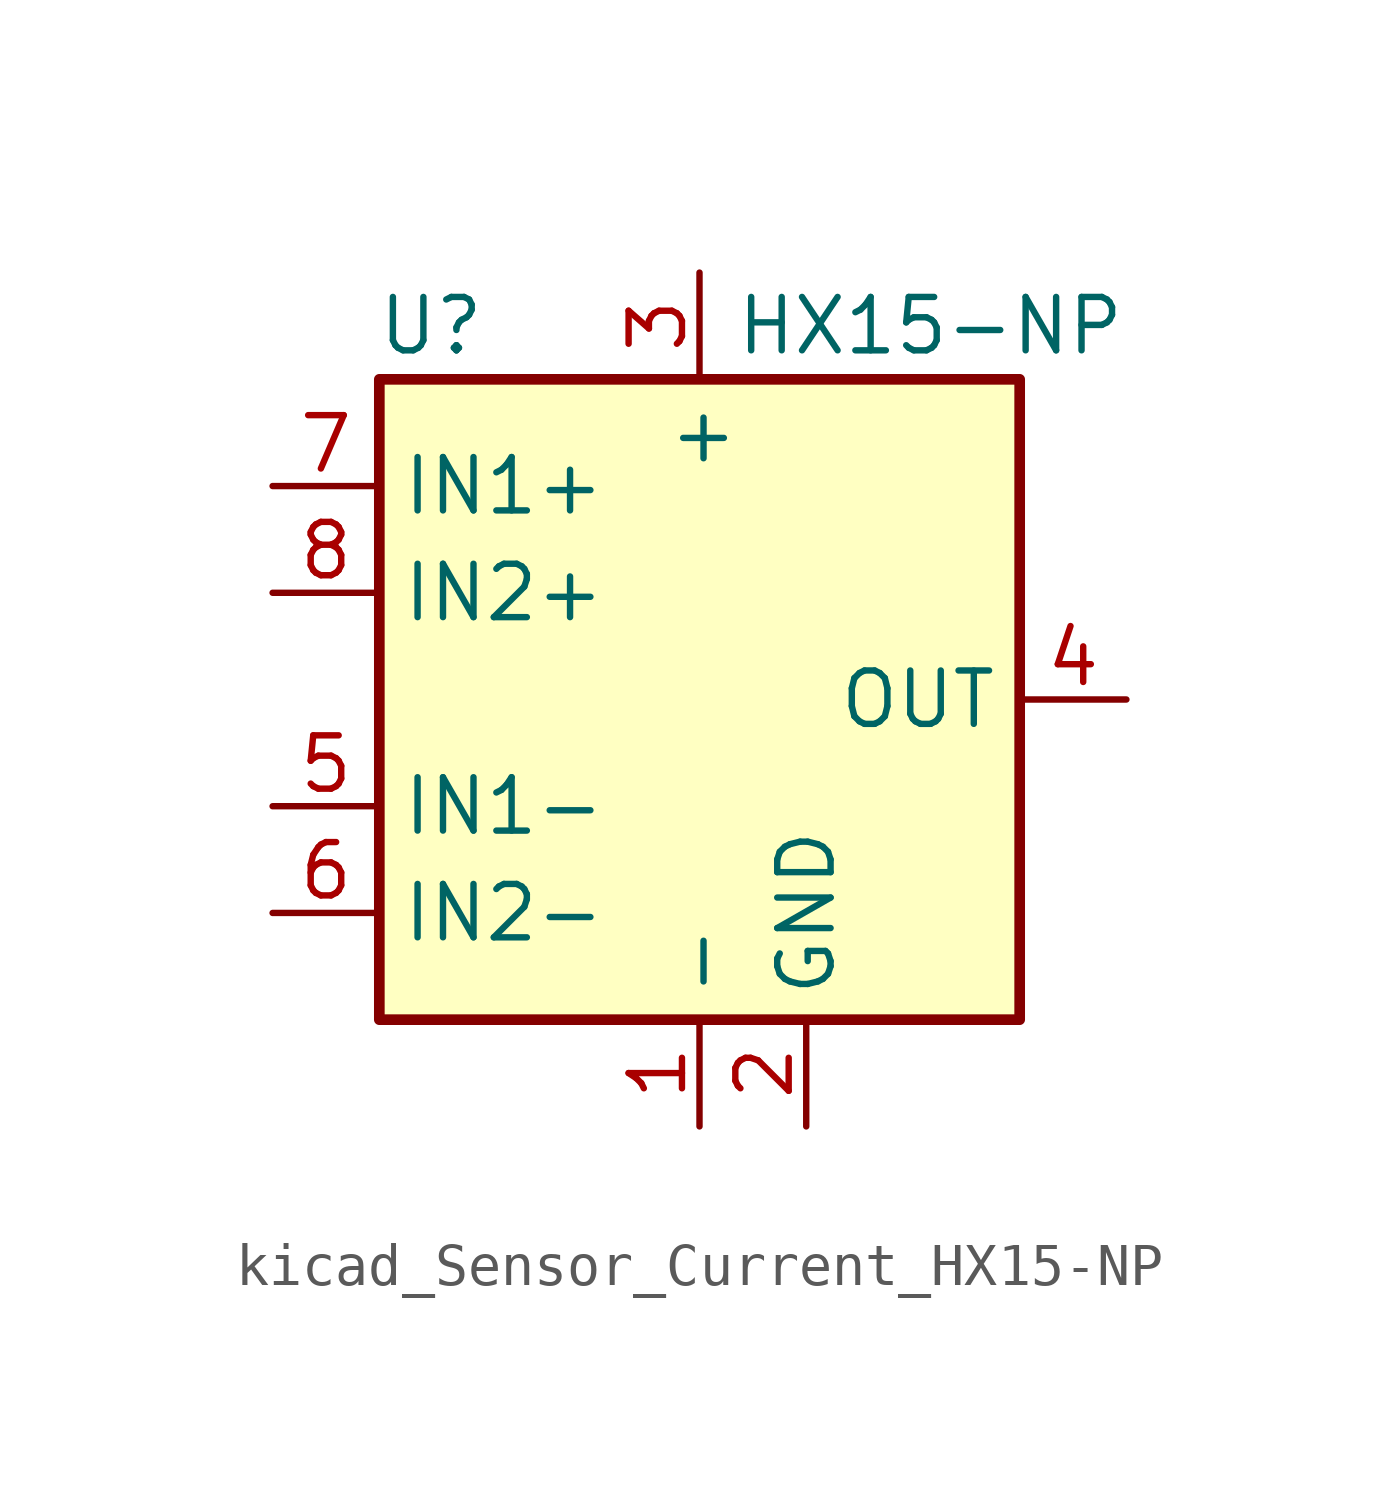
<source format=kicad_sym>
(kicad_symbol_lib
  (version 20220914)
  (generator kicad_symbol_editor)
  (symbol "kicad_Sensor_Current_HX15-NP"
    (property "Reference" "U"
      (at -5.08 8.89 0)
      (effects (font (size 1.27 1.27)) (justify right)))
    (property "Value" "HX15-NP"
      (at 10.16 8.89 0)
      (effects (font (size 1.27 1.27)) (justify right)))
    (symbol "kicad_Sensor_Current_HX15-NP_0_1"
      (rectangle (start -7.62 7.62) (end 7.62 -7.62) (stroke (width 0.254) (type default)) (fill (type background))))
    (symbol "kicad_Sensor_Current_HX15-NP_1_1"
      (pin power_in line (at 0 -10.16 90) (length 2.54) (name "-" (effects (font (size 1.27 1.27)))) (number "1" (effects (font (size 1.27 1.27)))))
      (pin power_in line (at 2.54 -10.16 90) (length 2.54) (name "GND" (effects (font (size 1.27 1.27)))) (number "2" (effects (font (size 1.27 1.27)))))
      (pin power_in line (at 0 10.16 270) (length 2.54) (name "+" (effects (font (size 1.27 1.27)))) (number "3" (effects (font (size 1.27 1.27)))))
      (pin output line (at 10.16 0 180) (length 2.54) (name "OUT" (effects (font (size 1.27 1.27)))) (number "4" (effects (font (size 1.27 1.27)))))
      (pin passive line (at -10.16 -2.54 0) (length 2.54) (name "IN1-" (effects (font (size 1.27 1.27)))) (number "5" (effects (font (size 1.27 1.27)))))
      (pin passive line (at -10.16 -5.08 0) (length 2.54) (name "IN2-" (effects (font (size 1.27 1.27)))) (number "6" (effects (font (size 1.27 1.27)))))
      (pin passive line (at -10.16 5.08 0) (length 2.54) (name "IN1+" (effects (font (size 1.27 1.27)))) (number "7" (effects (font (size 1.27 1.27)))))
      (pin passive line (at -10.16 2.54 0) (length 2.54) (name "IN2+" (effects (font (size 1.27 1.27)))) (number "8" (effects (font (size 1.27 1.27))))))))
</source>
